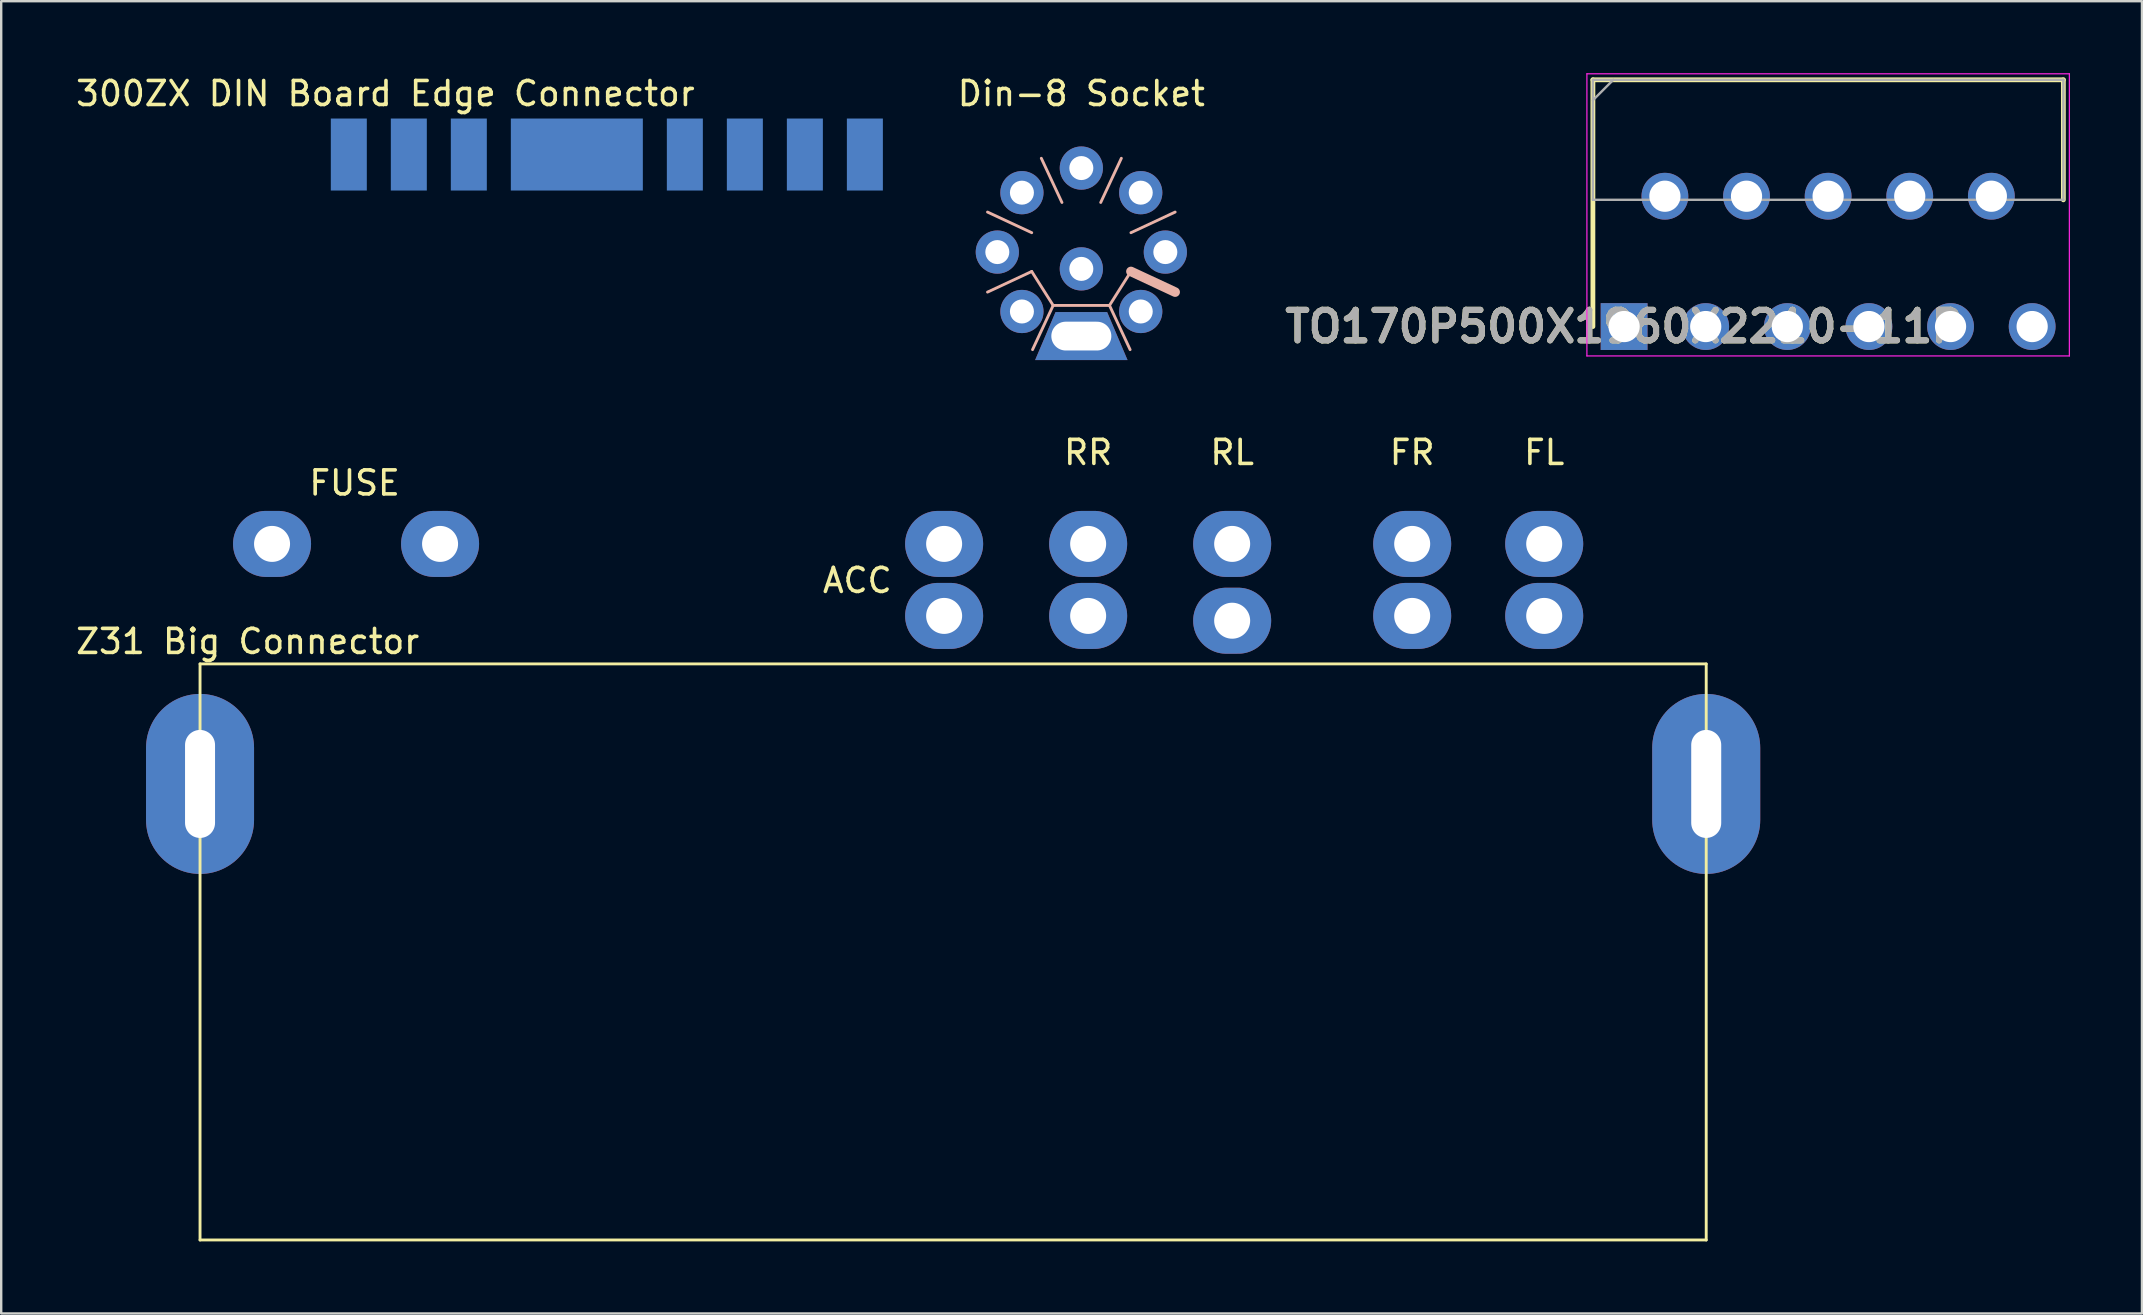
<source format=kicad_pcb>
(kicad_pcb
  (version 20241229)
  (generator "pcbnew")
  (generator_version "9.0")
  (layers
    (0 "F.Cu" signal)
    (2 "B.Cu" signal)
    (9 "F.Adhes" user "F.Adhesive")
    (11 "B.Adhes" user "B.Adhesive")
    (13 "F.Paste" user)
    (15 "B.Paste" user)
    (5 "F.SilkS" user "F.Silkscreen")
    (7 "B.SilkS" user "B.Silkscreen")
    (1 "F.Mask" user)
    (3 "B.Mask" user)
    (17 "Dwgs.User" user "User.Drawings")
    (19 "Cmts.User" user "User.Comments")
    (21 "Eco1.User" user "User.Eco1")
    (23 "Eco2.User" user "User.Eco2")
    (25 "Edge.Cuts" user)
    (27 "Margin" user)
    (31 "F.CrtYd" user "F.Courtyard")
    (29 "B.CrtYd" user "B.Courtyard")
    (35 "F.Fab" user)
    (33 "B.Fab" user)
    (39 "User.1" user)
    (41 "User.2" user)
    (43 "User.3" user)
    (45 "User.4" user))
  (footprint "TO170P500X1960X2210-11P"
    (layer "F.Cu")
    (at 64.613 10.555)
    (property "Reference" "TO170P500X1960X2210-11P" (at 0 0 0) (layer "F.SilkS") (effects (font (size 1.27 1.27) (thickness 0.254))))
    (attr through_hole)
    (fp_line (start -1.3 -10.28) (end -1.3 0) (stroke (width 0.2) (type solid)) (layer "F.SilkS"))
    (fp_line (start 18.3 -10.28) (end -1.3 -10.28) (stroke (width 0.2) (type solid)) (layer "F.SilkS"))
    (fp_line (start 18.3 -5.28) (end 18.3 -10.28) (stroke (width 0.2) (type solid)) (layer "F.SilkS"))
    (fp_line (start -1.55 -10.53) (end 18.55 -10.53) (stroke (width 0.05) (type solid)) (layer "F.CrtYd"))
    (fp_line (start -1.55 1.225) (end -1.55 -10.53) (stroke (width 0.05) (type solid)) (layer "F.CrtYd"))
    (fp_line (start 18.55 -10.53) (end 18.55 1.225) (stroke (width 0.05) (type solid)) (layer "F.CrtYd"))
    (fp_line (start 18.55 1.225) (end -1.55 1.225) (stroke (width 0.05) (type solid)) (layer "F.CrtYd"))
    (fp_line (start -1.3 -10.28) (end 18.3 -10.28) (stroke (width 0.1) (type solid)) (layer "F.Fab"))
    (fp_line (start -1.3 -9.43) (end -0.45 -10.28) (stroke (width 0.1) (type solid)) (layer "F.Fab"))
    (fp_line (start -1.3 -5.28) (end -1.3 -10.28) (stroke (width 0.1) (type solid)) (layer "F.Fab"))
    (fp_line (start 18.3 -10.28) (end 18.3 -5.28) (stroke (width 0.1) (type solid)) (layer "F.Fab"))
    (fp_line (start 18.3 -5.28) (end -1.3 -5.28) (stroke (width 0.1) (type solid)) (layer "F.Fab"))
    (fp_text user "${REFERENCE}" (at 0 0 0) (layer "F.Fab") (effects (font (size 1.27 1.27) (thickness 0.254))))
    (pad "1" thru_hole rect (at 0 0) (size 1.95 1.95) (drill 1.3) (layers "*.Cu" "*.Mask"))
    (pad "2" thru_hole circle (at 1.7 -5.43) (size 1.95 1.95) (drill 1.3) (layers "*.Cu" "*.Mask"))
    (pad "3" thru_hole circle (at 3.4 0) (size 1.95 1.95) (drill 1.3) (layers "*.Cu" "*.Mask"))
    (pad "4" thru_hole circle (at 5.1 -5.43) (size 1.95 1.95) (drill 1.3) (layers "*.Cu" "*.Mask"))
    (pad "5" thru_hole circle (at 6.8 0) (size 1.95 1.95) (drill 1.3) (layers "*.Cu" "*.Mask"))
    (pad "6" thru_hole circle (at 8.5 -5.43) (size 1.95 1.95) (drill 1.3) (layers "*.Cu" "*.Mask"))
    (pad "7" thru_hole circle (at 10.2 0) (size 1.95 1.95) (drill 1.3) (layers "*.Cu" "*.Mask"))
    (pad "8" thru_hole circle (at 11.9 -5.43) (size 1.95 1.95) (drill 1.3) (layers "*.Cu" "*.Mask"))
    (pad "9" thru_hole circle (at 13.6 0) (size 1.95 1.95) (drill 1.3) (layers "*.Cu" "*.Mask"))
    (pad "10" thru_hole circle (at 15.3 -5.43) (size 1.95 1.95) (drill 1.3) (layers "*.Cu" "*.Mask"))
    (pad "11" thru_hole circle (at 17 0) (size 1.95 1.95) (drill 1.3) (layers "*.Cu" "*.Mask")))
  (footprint "Din-8 Socket"
    (layer "F.Cu")
    (at 42 7.452)
    (property "Reference" "Din-8 Socket" (at 0 -6.604 0) (layer "F.SilkS") (effects (font (size 1 1) (thickness 0.15))))
    (attr through_hole)
    (fp_line (start -3.908 1.667) (end -2.067 0.808) (stroke (width 0.12) (type solid)) (layer "B.SilkS"))
    (fp_line (start -2.067 -0.808) (end -3.908 -1.667) (stroke (width 0.12) (type solid)) (layer "B.SilkS"))
    (fp_line (start -2.032 4.064) (end -1.173 2.222) (stroke (width 0.12) (type solid)) (layer "B.SilkS"))
    (fp_line (start -1.173 2.222) (end -2.067 0.808) (stroke (width 0.12) (type solid)) (layer "B.SilkS"))
    (fp_line (start -0.808 -2.067) (end -1.667 -3.908) (stroke (width 0.12) (type solid)) (layer "B.SilkS"))
    (fp_line (start 0.808 -2.067) (end 1.667 -3.908) (stroke (width 0.12) (type solid)) (layer "B.SilkS"))
    (fp_line (start 1.173 2.222) (end -1.173 2.222) (stroke (width 0.12) (type solid)) (layer "B.SilkS"))
    (fp_line (start 2.032 4.064) (end 1.173 2.222) (stroke (width 0.12) (type solid)) (layer "B.SilkS"))
    (fp_line (start 2.067 -0.808) (end 3.908 -1.667) (stroke (width 0.12) (type solid)) (layer "B.SilkS"))
    (fp_line (start 2.067 0.808) (end 1.173 2.222) (stroke (width 0.12) (type solid)) (layer "B.SilkS"))
    (fp_line (start 3.908 1.667) (end 2.067 0.808) (stroke (width 0.4) (type solid)) (layer "B.SilkS"))
    (pad "1" thru_hole circle (at -3.5 0) (size 1.8 1.8) (drill 1) (layers "*.Cu" "*.Mask"))
    (pad "2" thru_hole circle (at 0 -3.5) (size 1.8 1.8) (drill 1) (layers "*.Cu" "*.Mask"))
    (pad "3" thru_hole circle (at 3.5 0) (size 1.8 1.8) (drill 1) (layers "*.Cu" "*.Mask"))
    (pad "4" thru_hole circle (at -2.475 -2.475) (size 1.8 1.8) (drill 1) (layers "*.Cu" "*.Mask"))
    (pad "5" thru_hole circle (at 2.475 -2.475) (size 1.8 1.8) (drill 1) (layers "*.Cu" "*.Mask"))
    (pad "6" thru_hole circle (at -2.475 2.475) (size 1.8 1.8) (drill 1) (layers "*.Cu" "*.Mask"))
    (pad "7" thru_hole circle (at 2.475 2.475) (size 1.8 1.8) (drill 1) (layers "*.Cu" "*.Mask"))
    (pad "8" thru_hole circle (at 0 0.7) (size 1.8 1.8) (drill 1) (layers "*.Cu" "*.Mask"))
    (pad "9" thru_hole trapezoid (at 0 3.5) (size 3 2) (rect_delta 0 0.85) (drill oval 2.5 1.2) (layers "*.Cu" "*.Mask")))
  (footprint "300ZX DIN Board Edge Connector"
    (layer "F.Cu")
    (at 11.482 3.388)
    (property "Reference" "300ZX DIN Board Edge Connector" (at 1.524 -2.54 0) (layer "F.SilkS") (effects (font (size 1 1) (thickness 0.15))))
    (attr through_hole)
    (pad "1" smd rect (at 0 0) (size 1.5 3) (layers "B.Cu" "B.Mask" "B.Paste"))
    (pad "2" smd rect (at 2.5 0) (size 1.5 3) (layers "B.Cu" "B.Mask" "B.Paste"))
    (pad "3" smd rect (at 5 0) (size 1.5 3) (layers "B.Cu" "B.Mask" "B.Paste"))
    (pad "4" smd rect (at 9.5 0) (size 5.5 3) (layers "B.Cu" "B.Mask" "B.Paste"))
    (pad "5" smd rect (at 14 0) (size 1.5 3) (layers "B.Cu" "B.Mask" "B.Paste"))
    (pad "6" smd rect (at 16.5 0) (size 1.5 3) (layers "B.Cu" "B.Mask" "B.Paste"))
    (pad "7" smd rect (at 19 0) (size 1.5 3) (layers "B.Cu" "B.Mask" "B.Paste"))
    (pad "8" smd rect (at 21.5 0) (size 1.5 3) (layers "B.Cu" "B.Mask" "B.Paste")))
  (footprint "Z31 Big Connector"
    (layer "F.Cu")
    (at 8.284 19.61)
    (property "Reference" "Z31 Big Connector" (at -1.016 4.064 180) (layer "F.SilkS") (effects (font (size 1 1) (thickness 0.15))))
    (attr through_hole)
    (fp_line (start -3 5) (end 59.75 5) (stroke (width 0.12) (type solid)) (layer "F.SilkS"))
    (fp_line (start -3 29) (end -3 5) (stroke (width 0.12) (type solid)) (layer "F.SilkS"))
    (fp_line (start 59.75 29) (end -3 29) (stroke (width 0.12) (type solid)) (layer "F.SilkS"))
    (fp_line (start 59.75 29) (end 59.75 5) (stroke (width 0.12) (type solid)) (layer "F.SilkS"))
    (fp_text user "FUSE" (at 3.44 -2.54 0) (layer "F.SilkS") (effects (font (size 1 1) (thickness 0.15))))
    (fp_text user "FR" (at 47.5 -3.81 0) (layer "F.SilkS") (effects (font (size 1 1) (thickness 0.15))))
    (fp_text user "FL" (at 53 -3.81 0) (layer "F.SilkS") (effects (font (size 1 1) (thickness 0.15))))
    (fp_text user "RL" (at 40 -3.81 0) (layer "F.SilkS") (effects (font (size 1 1) (thickness 0.15))))
    (fp_text user "RR" (at 34 -3.81 0) (layer "F.SilkS") (effects (font (size 1 1) (thickness 0.15))))
    (fp_text user "ACC" (at 24.384 1.524 0) (layer "F.SilkS") (effects (font (size 1 1) (thickness 0.15))))
    (pad "1" thru_hole oval (at 0 0) (size 3.25 2.75) (drill 1.5) (layers "*.Cu" "*.Mask"))
    (pad "2" thru_hole oval (at 7 0) (size 3.25 2.75) (drill 1.5) (layers "*.Cu" "*.Mask"))
    (pad "3" thru_hole oval (at 28 0) (size 3.25 2.75) (drill 1.5) (layers "*.Cu" "*.Mask"))
    (pad "4" thru_hole oval (at 28 3) (size 3.25 2.75) (drill 1.5) (layers "*.Cu" "*.Mask"))
    (pad "5" thru_hole oval (at 34 0) (size 3.25 2.75) (drill 1.5) (layers "*.Cu" "*.Mask"))
    (pad "6" thru_hole oval (at 34 3) (size 3.25 2.75) (drill 1.5) (layers "*.Cu" "*.Mask"))
    (pad "7" thru_hole oval (at 40 0) (size 3.25 2.75) (drill 1.5) (layers "*.Cu" "*.Mask"))
    (pad "8" thru_hole oval (at 40 3.2) (size 3.25 2.75) (drill 1.5) (layers "*.Cu" "*.Mask"))
    (pad "9" thru_hole oval (at 47.5 0) (size 3.25 2.75) (drill 1.5) (layers "*.Cu" "*.Mask"))
    (pad "10" thru_hole oval (at 47.5 3) (size 3.25 2.75) (drill 1.5) (layers "*.Cu" "*.Mask"))
    (pad "11" thru_hole oval (at 53 0) (size 3.25 2.75) (drill 1.5) (layers "*.Cu" "*.Mask"))
    (pad "12" thru_hole oval (at 53 3) (size 3.25 2.75) (drill 1.5) (layers "*.Cu" "*.Mask"))
    (pad "13" thru_hole oval (at -3 10) (size 4.5 7.5) (drill oval 1.25 4.5) (layers "*.Cu" "*.Mask"))
    (pad "13" thru_hole oval (at 59.75 10) (size 4.5 7.5) (drill oval 1.25 4.5) (layers "*.Cu" "*.Mask")))
  (gr_rect
    (start -3 -3)
    (end 86.188 51.67)
    (stroke (width 0.1) (type default))
    (fill no)
    (layer "Edge.Cuts")))
</source>
